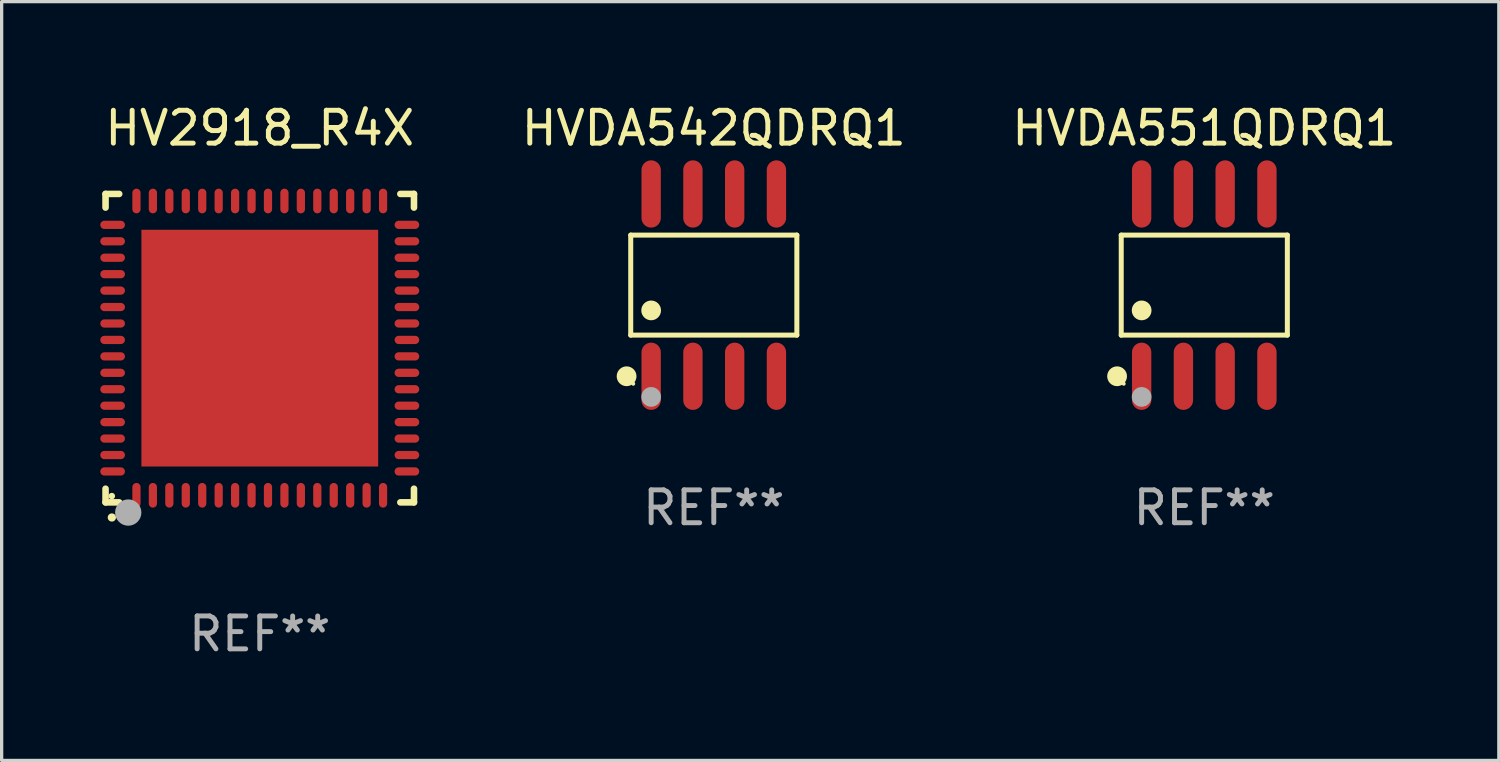
<source format=kicad_pcb>
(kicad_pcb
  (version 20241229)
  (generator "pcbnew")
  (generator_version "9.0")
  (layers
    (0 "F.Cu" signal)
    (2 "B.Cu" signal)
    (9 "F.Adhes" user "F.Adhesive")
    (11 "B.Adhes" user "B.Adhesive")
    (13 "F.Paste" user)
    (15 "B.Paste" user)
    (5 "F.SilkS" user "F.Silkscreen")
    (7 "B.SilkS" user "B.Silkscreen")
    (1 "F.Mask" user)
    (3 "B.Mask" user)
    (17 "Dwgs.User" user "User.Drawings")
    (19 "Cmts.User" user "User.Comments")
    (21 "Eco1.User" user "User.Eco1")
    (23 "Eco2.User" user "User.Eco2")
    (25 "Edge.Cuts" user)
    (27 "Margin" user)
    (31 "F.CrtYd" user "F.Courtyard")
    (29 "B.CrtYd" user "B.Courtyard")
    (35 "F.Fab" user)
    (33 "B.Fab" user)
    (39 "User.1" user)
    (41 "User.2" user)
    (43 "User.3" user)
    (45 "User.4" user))
  (footprint "HVDA551QDRQ1"
    (layer "F.Cu")
    (at 33.575 5.621)
    (property "Reference" "HVDA551QDRQ1" (at 0 -4.772 0) (layer "F.SilkS") (effects (font (size 1 1) (thickness 0.15))))
    (attr through_hole)
    (fp_line (start -2.526 -1.521) (end 2.526 -1.521) (stroke (width 0.152) (type solid)) (layer "F.SilkS"))
    (fp_line (start -2.526 1.521) (end -2.526 -1.521) (stroke (width 0.152) (type solid)) (layer "F.SilkS"))
    (fp_line (start 2.526 -1.521) (end 2.526 1.521) (stroke (width 0.152) (type solid)) (layer "F.SilkS"))
    (fp_line (start 2.526 1.521) (end -2.526 1.521) (stroke (width 0.152) (type solid)) (layer "F.SilkS"))
    (fp_circle (center -2.652 2.772) (end -2.501 2.772) (stroke (width 0.3) (type solid)) (fill no) (layer "F.SilkS"))
    (fp_circle (center -2.45 3) (end -2.42 3) (stroke (width 0.06) (type solid)) (fill no) (layer "F.SilkS"))
    (fp_circle (center -1.905 0.769) (end -1.755 0.769) (stroke (width 0.3) (type solid)) (fill no) (layer "F.SilkS"))
    (fp_circle (center -1.905 3.4) (end -1.755 3.4) (stroke (width 0.3) (type solid)) (fill no) (layer "F.Fab"))
    (fp_text user "REF**" (at 0 6.772 0) (layer "F.Fab") (effects (font (size 1 1) (thickness 0.15))))
    (pad "1" smd oval (at -1.905 2.772) (size 0.588 2.045) (layers "F.Cu" "F.Mask" "F.Paste"))
    (pad "2" smd oval (at -0.635 2.772) (size 0.588 2.045) (layers "F.Cu" "F.Mask" "F.Paste"))
    (pad "3" smd oval (at 0.635 2.772) (size 0.588 2.045) (layers "F.Cu" "F.Mask" "F.Paste"))
    (pad "4" smd oval (at 1.905 2.772) (size 0.588 2.045) (layers "F.Cu" "F.Mask" "F.Paste"))
    (pad "5" smd oval (at 1.905 -2.772) (size 0.588 2.045) (layers "F.Cu" "F.Mask" "F.Paste"))
    (pad "6" smd oval (at 0.635 -2.772) (size 0.588 2.045) (layers "F.Cu" "F.Mask" "F.Paste"))
    (pad "7" smd oval (at -0.635 -2.772) (size 0.588 2.045) (layers "F.Cu" "F.Mask" "F.Paste"))
    (pad "8" smd oval (at -1.905 -2.772) (size 0.588 2.045) (layers "F.Cu" "F.Mask" "F.Paste")))
  (footprint "HVDA542QDRQ1"
    (layer "F.Cu")
    (at 18.658 5.621)
    (property "Reference" "HVDA542QDRQ1" (at 0 -4.772 0) (layer "F.SilkS") (effects (font (size 1 1) (thickness 0.15))))
    (attr through_hole)
    (fp_line (start -2.526 -1.521) (end 2.526 -1.521) (stroke (width 0.152) (type solid)) (layer "F.SilkS"))
    (fp_line (start -2.526 1.521) (end -2.526 -1.521) (stroke (width 0.152) (type solid)) (layer "F.SilkS"))
    (fp_line (start 2.526 -1.521) (end 2.526 1.521) (stroke (width 0.152) (type solid)) (layer "F.SilkS"))
    (fp_line (start 2.526 1.521) (end -2.526 1.521) (stroke (width 0.152) (type solid)) (layer "F.SilkS"))
    (fp_circle (center -2.652 2.772) (end -2.501 2.772) (stroke (width 0.3) (type solid)) (fill no) (layer "F.SilkS"))
    (fp_circle (center -2.45 3) (end -2.42 3) (stroke (width 0.06) (type solid)) (fill no) (layer "F.SilkS"))
    (fp_circle (center -1.905 0.769) (end -1.755 0.769) (stroke (width 0.3) (type solid)) (fill no) (layer "F.SilkS"))
    (fp_circle (center -1.905 3.4) (end -1.755 3.4) (stroke (width 0.3) (type solid)) (fill no) (layer "F.Fab"))
    (fp_text user "REF**" (at 0 6.772 0) (layer "F.Fab") (effects (font (size 1 1) (thickness 0.15))))
    (pad "1" smd oval (at -1.905 2.772) (size 0.588 2.045) (layers "F.Cu" "F.Mask" "F.Paste"))
    (pad "2" smd oval (at -0.635 2.772) (size 0.588 2.045) (layers "F.Cu" "F.Mask" "F.Paste"))
    (pad "3" smd oval (at 0.635 2.772) (size 0.588 2.045) (layers "F.Cu" "F.Mask" "F.Paste"))
    (pad "4" smd oval (at 1.905 2.772) (size 0.588 2.045) (layers "F.Cu" "F.Mask" "F.Paste"))
    (pad "5" smd oval (at 1.905 -2.772) (size 0.588 2.045) (layers "F.Cu" "F.Mask" "F.Paste"))
    (pad "6" smd oval (at 0.635 -2.772) (size 0.588 2.045) (layers "F.Cu" "F.Mask" "F.Paste"))
    (pad "7" smd oval (at -0.635 -2.772) (size 0.588 2.045) (layers "F.Cu" "F.Mask" "F.Paste"))
    (pad "8" smd oval (at -1.905 -2.772) (size 0.588 2.045) (layers "F.Cu" "F.Mask" "F.Paste")))
  (footprint "HV2918_R4X"
    (layer "F.Cu")
    (at 4.85 7.538)
    (property "Reference" "HV2918_R4X" (at 0 -6.69 0) (layer "F.SilkS") (effects (font (size 1 1) (thickness 0.15))))
    (attr through_hole)
    (fp_line (start -4.69 -4.69) (end -4.275 -4.69) (stroke (width 0.2) (type solid)) (layer "F.SilkS"))
    (fp_line (start -4.69 -4.275) (end -4.69 -4.69) (stroke (width 0.2) (type solid)) (layer "F.SilkS"))
    (fp_line (start -4.69 4.69) (end -4.69 4.275) (stroke (width 0.2) (type solid)) (layer "F.SilkS"))
    (fp_line (start -4.275 4.69) (end -4.69 4.69) (stroke (width 0.2) (type solid)) (layer "F.SilkS"))
    (fp_line (start 4.275 4.69) (end 4.69 4.69) (stroke (width 0.2) (type solid)) (layer "F.SilkS"))
    (fp_line (start 4.69 -4.69) (end 4.275 -4.69) (stroke (width 0.2) (type solid)) (layer "F.SilkS"))
    (fp_line (start 4.69 -4.275) (end 4.69 -4.69) (stroke (width 0.2) (type solid)) (layer "F.SilkS"))
    (fp_line (start 4.69 4.69) (end 4.69 4.275) (stroke (width 0.2) (type solid)) (layer "F.SilkS"))
    (fp_arc (start -4.499886 5.15) (mid -4.498616 5.149994) (end -4.497346 5.15) (stroke (width 0.24892) (type solid)) (layer "F.SilkS"))
    (fp_circle (center -4.5 4.5) (end -4.45 4.5) (stroke (width 0.1) (type solid)) (fill no) (layer "F.SilkS"))
    (fp_circle (center -4 5) (end -3.8 5) (stroke (width 0.4) (type solid)) (fill no) (layer "F.Fab"))
    (fp_text user "REF**" (at 0 8.69 0) (layer "F.Fab") (effects (font (size 1 1) (thickness 0.15))))
    (pad "1" smd oval (at -3.75 4.475) (size 0.25 0.75) (layers "F.Cu" "F.Mask" "F.Paste"))
    (pad "2" smd oval (at -3.25 4.475) (size 0.25 0.75) (layers "F.Cu" "F.Mask" "F.Paste"))
    (pad "3" smd oval (at -2.75 4.475) (size 0.25 0.75) (layers "F.Cu" "F.Mask" "F.Paste"))
    (pad "4" smd oval (at -2.25 4.475) (size 0.25 0.75) (layers "F.Cu" "F.Mask" "F.Paste"))
    (pad "5" smd oval (at -1.75 4.475) (size 0.25 0.75) (layers "F.Cu" "F.Mask" "F.Paste"))
    (pad "6" smd oval (at -1.25 4.475) (size 0.25 0.75) (layers "F.Cu" "F.Mask" "F.Paste"))
    (pad "7" smd oval (at -0.75 4.475) (size 0.25 0.75) (layers "F.Cu" "F.Mask" "F.Paste"))
    (pad "8" smd oval (at -0.25 4.475) (size 0.25 0.75) (layers "F.Cu" "F.Mask" "F.Paste"))
    (pad "9" smd oval (at 0.25 4.475) (size 0.25 0.75) (layers "F.Cu" "F.Mask" "F.Paste"))
    (pad "10" smd oval (at 0.75 4.475) (size 0.25 0.75) (layers "F.Cu" "F.Mask" "F.Paste"))
    (pad "11" smd oval (at 1.25 4.475) (size 0.25 0.75) (layers "F.Cu" "F.Mask" "F.Paste"))
    (pad "12" smd oval (at 1.75 4.475) (size 0.25 0.75) (layers "F.Cu" "F.Mask" "F.Paste"))
    (pad "13" smd oval (at 2.25 4.475) (size 0.25 0.75) (layers "F.Cu" "F.Mask" "F.Paste"))
    (pad "14" smd oval (at 2.75 4.475) (size 0.25 0.75) (layers "F.Cu" "F.Mask" "F.Paste"))
    (pad "15" smd oval (at 3.25 4.475) (size 0.25 0.75) (layers "F.Cu" "F.Mask" "F.Paste"))
    (pad "16" smd oval (at 3.75 4.475) (size 0.25 0.75) (layers "F.Cu" "F.Mask" "F.Paste"))
    (pad "17" smd oval (at 4.475 3.75) (size 0.75 0.25) (layers "F.Cu" "F.Mask" "F.Paste"))
    (pad "18" smd oval (at 4.475 3.25) (size 0.75 0.25) (layers "F.Cu" "F.Mask" "F.Paste"))
    (pad "19" smd oval (at 4.475 2.75) (size 0.75 0.25) (layers "F.Cu" "F.Mask" "F.Paste"))
    (pad "20" smd oval (at 4.475 2.25) (size 0.75 0.25) (layers "F.Cu" "F.Mask" "F.Paste"))
    (pad "21" smd oval (at 4.475 1.75) (size 0.75 0.25) (layers "F.Cu" "F.Mask" "F.Paste"))
    (pad "22" smd oval (at 4.475 1.25) (size 0.75 0.25) (layers "F.Cu" "F.Mask" "F.Paste"))
    (pad "23" smd oval (at 4.475 0.75) (size 0.75 0.25) (layers "F.Cu" "F.Mask" "F.Paste"))
    (pad "24" smd oval (at 4.475 0.25) (size 0.75 0.25) (layers "F.Cu" "F.Mask" "F.Paste"))
    (pad "25" smd oval (at 4.475 -0.25) (size 0.75 0.25) (layers "F.Cu" "F.Mask" "F.Paste"))
    (pad "26" smd oval (at 4.475 -0.75) (size 0.75 0.25) (layers "F.Cu" "F.Mask" "F.Paste"))
    (pad "27" smd oval (at 4.475 -1.25) (size 0.75 0.25) (layers "F.Cu" "F.Mask" "F.Paste"))
    (pad "28" smd oval (at 4.475 -1.75) (size 0.75 0.25) (layers "F.Cu" "F.Mask" "F.Paste"))
    (pad "29" smd oval (at 4.475 -2.25) (size 0.75 0.25) (layers "F.Cu" "F.Mask" "F.Paste"))
    (pad "30" smd oval (at 4.475 -2.75) (size 0.75 0.25) (layers "F.Cu" "F.Mask" "F.Paste"))
    (pad "31" smd oval (at 4.475 -3.25) (size 0.75 0.25) (layers "F.Cu" "F.Mask" "F.Paste"))
    (pad "32" smd oval (at 4.475 -3.75) (size 0.75 0.25) (layers "F.Cu" "F.Mask" "F.Paste"))
    (pad "33" smd oval (at 3.75 -4.475) (size 0.25 0.75) (layers "F.Cu" "F.Mask" "F.Paste"))
    (pad "34" smd oval (at 3.25 -4.475) (size 0.25 0.75) (layers "F.Cu" "F.Mask" "F.Paste"))
    (pad "35" smd oval (at 2.75 -4.475) (size 0.25 0.75) (layers "F.Cu" "F.Mask" "F.Paste"))
    (pad "36" smd oval (at 2.25 -4.475) (size 0.25 0.75) (layers "F.Cu" "F.Mask" "F.Paste"))
    (pad "37" smd oval (at 1.75 -4.475) (size 0.25 0.75) (layers "F.Cu" "F.Mask" "F.Paste"))
    (pad "38" smd oval (at 1.25 -4.475) (size 0.25 0.75) (layers "F.Cu" "F.Mask" "F.Paste"))
    (pad "39" smd oval (at 0.75 -4.475) (size 0.25 0.75) (layers "F.Cu" "F.Mask" "F.Paste"))
    (pad "40" smd oval (at 0.25 -4.475) (size 0.25 0.75) (layers "F.Cu" "F.Mask" "F.Paste"))
    (pad "41" smd oval (at -0.25 -4.475) (size 0.25 0.75) (layers "F.Cu" "F.Mask" "F.Paste"))
    (pad "42" smd oval (at -0.75 -4.475) (size 0.25 0.75) (layers "F.Cu" "F.Mask" "F.Paste"))
    (pad "43" smd oval (at -1.25 -4.475) (size 0.25 0.75) (layers "F.Cu" "F.Mask" "F.Paste"))
    (pad "44" smd oval (at -1.75 -4.475) (size 0.25 0.75) (layers "F.Cu" "F.Mask" "F.Paste"))
    (pad "45" smd oval (at -2.25 -4.475) (size 0.25 0.75) (layers "F.Cu" "F.Mask" "F.Paste"))
    (pad "46" smd oval (at -2.75 -4.475) (size 0.25 0.75) (layers "F.Cu" "F.Mask" "F.Paste"))
    (pad "47" smd oval (at -3.25 -4.475) (size 0.25 0.75) (layers "F.Cu" "F.Mask" "F.Paste"))
    (pad "48" smd oval (at -3.75 -4.475) (size 0.25 0.75) (layers "F.Cu" "F.Mask" "F.Paste"))
    (pad "49" smd oval (at -4.475 -3.75) (size 0.75 0.25) (layers "F.Cu" "F.Mask" "F.Paste"))
    (pad "50" smd oval (at -4.475 -3.25) (size 0.75 0.25) (layers "F.Cu" "F.Mask" "F.Paste"))
    (pad "51" smd oval (at -4.475 -2.75) (size 0.75 0.25) (layers "F.Cu" "F.Mask" "F.Paste"))
    (pad "52" smd oval (at -4.475 -2.25) (size 0.75 0.25) (layers "F.Cu" "F.Mask" "F.Paste"))
    (pad "53" smd oval (at -4.475 -1.75) (size 0.75 0.25) (layers "F.Cu" "F.Mask" "F.Paste"))
    (pad "54" smd oval (at -4.475 -1.25) (size 0.75 0.25) (layers "F.Cu" "F.Mask" "F.Paste"))
    (pad "55" smd oval (at -4.475 -0.75) (size 0.75 0.25) (layers "F.Cu" "F.Mask" "F.Paste"))
    (pad "56" smd oval (at -4.475 -0.25) (size 0.75 0.25) (layers "F.Cu" "F.Mask" "F.Paste"))
    (pad "57" smd oval (at -4.475 0.25) (size 0.75 0.25) (layers "F.Cu" "F.Mask" "F.Paste"))
    (pad "58" smd oval (at -4.475 0.75) (size 0.75 0.25) (layers "F.Cu" "F.Mask" "F.Paste"))
    (pad "59" smd oval (at -4.475 1.25) (size 0.75 0.25) (layers "F.Cu" "F.Mask" "F.Paste"))
    (pad "60" smd oval (at -4.475 1.75) (size 0.75 0.25) (layers "F.Cu" "F.Mask" "F.Paste"))
    (pad "61" smd oval (at -4.475 2.25) (size 0.75 0.25) (layers "F.Cu" "F.Mask" "F.Paste"))
    (pad "62" smd oval (at -4.475 2.75) (size 0.75 0.25) (layers "F.Cu" "F.Mask" "F.Paste"))
    (pad "63" smd oval (at -4.475 3.25) (size 0.75 0.25) (layers "F.Cu" "F.Mask" "F.Paste"))
    (pad "64" smd oval (at -4.475 3.75) (size 0.75 0.25) (layers "F.Cu" "F.Mask" "F.Paste"))
    (pad "65" smd rect (at 0.000368 0.000013) (size 7.2 7.2) (layers "F.Cu" "F.Mask" "F.Paste")))
  (gr_rect
    (start -3 -3)
    (end 42.533 20.077)
    (stroke (width 0.1) (type default))
    (fill no)
    (layer "Edge.Cuts")))
</source>
